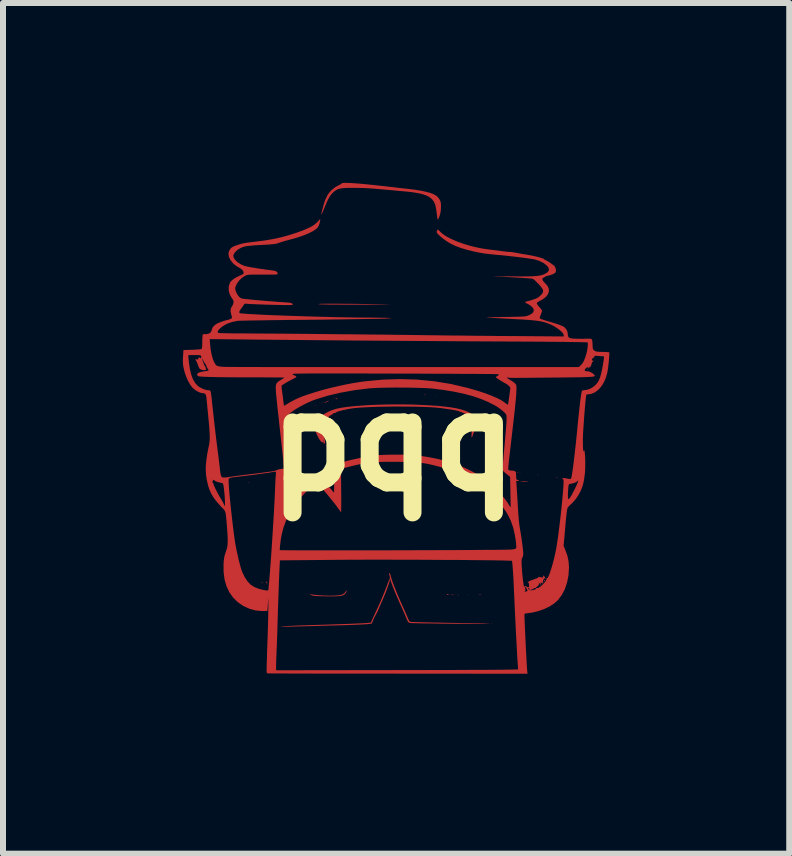
<source format=kicad_pcb>
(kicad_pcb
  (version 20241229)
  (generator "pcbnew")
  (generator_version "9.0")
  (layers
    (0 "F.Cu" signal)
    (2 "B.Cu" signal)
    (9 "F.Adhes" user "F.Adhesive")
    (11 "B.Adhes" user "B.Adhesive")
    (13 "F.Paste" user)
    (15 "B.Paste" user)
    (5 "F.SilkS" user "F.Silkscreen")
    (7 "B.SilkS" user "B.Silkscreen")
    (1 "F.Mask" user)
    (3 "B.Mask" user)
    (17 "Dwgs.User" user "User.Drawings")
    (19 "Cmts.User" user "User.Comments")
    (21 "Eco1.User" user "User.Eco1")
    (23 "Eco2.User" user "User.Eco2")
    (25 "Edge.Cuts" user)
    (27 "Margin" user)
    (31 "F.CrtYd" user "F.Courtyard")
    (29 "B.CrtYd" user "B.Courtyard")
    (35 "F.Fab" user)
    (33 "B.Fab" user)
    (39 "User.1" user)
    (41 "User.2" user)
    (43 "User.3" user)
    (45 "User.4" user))
  (footprint "pqq"
    (layer "F.Cu")
    (at 3.508 4.317)
    (property "Reference" "pqq" (at 0 0 0) (layer "F.SilkS") (effects (font (size 1.5 1.5) (thickness 0.3))))
    (attr board_only exclude_from_pos_files exclude_from_bom)
    (fp_poly (pts (xy -2.726 0.708) (xy -2.731 0.713) (xy -2.735 0.708) (xy -2.731 0.703)) (stroke (width 0) (type solid)) (fill yes) (layer "F.Cu"))
    (fp_poly (pts (xy -1.397 2.535) (xy -1.402 2.54) (xy -1.407 2.535) (xy -1.402 2.53)) (stroke (width 0) (type solid)) (fill yes) (layer "F.Cu"))
    (fp_poly (pts (xy -1.299 -0.601) (xy -1.304 -0.596) (xy -1.309 -0.601) (xy -1.304 -0.606)) (stroke (width 0) (type solid)) (fill yes) (layer "F.Cu"))
    (fp_poly (pts (xy -1.163 0.034) (xy -1.167 0.039) (xy -1.172 0.034) (xy -1.167 0.029)) (stroke (width 0) (type solid)) (fill yes) (layer "F.Cu"))
    (fp_poly (pts (xy -1.084 -0.298) (xy -1.089 -0.293) (xy -1.094 -0.298) (xy -1.089 -0.303)) (stroke (width 0) (type solid)) (fill yes) (layer "F.Cu"))
    (fp_poly (pts (xy -1.065 -0.288) (xy -1.07 -0.283) (xy -1.075 -0.288) (xy -1.07 -0.293)) (stroke (width 0) (type solid)) (fill yes) (layer "F.Cu"))
    (fp_poly (pts (xy -1.065 0.151) (xy -1.07 0.156) (xy -1.075 0.151) (xy -1.07 0.147)) (stroke (width 0) (type solid)) (fill yes) (layer "F.Cu"))
    (fp_poly (pts (xy -0.948 -0.708) (xy -0.953 -0.703) (xy -0.957 -0.708) (xy -0.953 -0.713)) (stroke (width 0) (type solid)) (fill yes) (layer "F.Cu"))
    (fp_poly (pts (xy 0.703 -0.777) (xy 0.699 -0.772) (xy 0.694 -0.777) (xy 0.699 -0.782)) (stroke (width 0) (type solid)) (fill yes) (layer "F.Cu"))
    (fp_poly (pts (xy 1.25 -0.366) (xy 1.246 -0.361) (xy 1.241 -0.366) (xy 1.246 -0.371)) (stroke (width 0) (type solid)) (fill yes) (layer "F.Cu"))
    (fp_poly (pts (xy 1.25 -0.337) (xy 1.246 -0.332) (xy 1.241 -0.337) (xy 1.246 -0.342)) (stroke (width 0) (type solid)) (fill yes) (layer "F.Cu"))
    (fp_poly (pts (xy 1.26 2.555) (xy 1.255 2.56) (xy 1.25 2.555) (xy 1.255 2.55)) (stroke (width 0) (type solid)) (fill yes) (layer "F.Cu"))
    (fp_poly (pts (xy 1.651 3.033) (xy 1.646 3.038) (xy 1.641 3.033) (xy 1.646 3.028)) (stroke (width 0) (type solid)) (fill yes) (layer "F.Cu"))
    (fp_poly (pts (xy 1.905 0.962) (xy 1.9 0.967) (xy 1.895 0.962) (xy 1.9 0.957)) (stroke (width 0) (type solid)) (fill yes) (layer "F.Cu"))
    (fp_poly (pts (xy 2.12 0.523) (xy 2.115 0.528) (xy 2.11 0.523) (xy 2.115 0.518)) (stroke (width 0) (type solid)) (fill yes) (layer "F.Cu"))
    (fp_poly (pts (xy 2.452 2.398) (xy 2.447 2.403) (xy 2.442 2.398) (xy 2.447 2.393)) (stroke (width 0) (type solid)) (fill yes) (layer "F.Cu"))
    (fp_poly (pts (xy -3.11 -1.208) (xy -3.109 -1.197) (xy -3.11 -1.195) (xy -3.116 -1.196) (xy -3.116 -1.202) (xy -3.113 -1.21)) (stroke (width 0) (type solid)) (fill yes) (layer "F.Cu"))
    (fp_poly (pts (xy -2.396 0.678) (xy -2.399 0.682) (xy -2.409 0.683) (xy -2.419 0.681) (xy -2.415 0.677) (xy -2.4 0.676)) (stroke (width 0) (type solid)) (fill yes) (layer "F.Cu"))
    (fp_poly (pts (xy -2.094 2.348) (xy -2.093 2.359) (xy -2.094 2.361) (xy -2.1 2.36) (xy -2.1 2.354) (xy -2.097 2.346)) (stroke (width 0) (type solid)) (fill yes) (layer "F.Cu"))
    (fp_poly (pts (xy -1.176 -0.651) (xy -1.177 -0.645) (xy -1.182 -0.645) (xy -1.19 -0.648) (xy -1.189 -0.651) (xy -1.177 -0.652)) (stroke (width 0) (type solid)) (fill yes) (layer "F.Cu"))
    (fp_poly (pts (xy -0.98 -0.72) (xy -0.982 -0.714) (xy -0.987 -0.713) (xy -0.995 -0.717) (xy -0.993 -0.72) (xy -0.982 -0.721)) (stroke (width 0) (type solid)) (fill yes) (layer "F.Cu"))
    (fp_poly (pts (xy 0.54 -0.788) (xy 0.541 -0.784) (xy 0.528 -0.783) (xy 0.514 -0.785) (xy 0.515 -0.788) (xy 0.535 -0.789)) (stroke (width 0) (type solid)) (fill yes) (layer "F.Cu"))
    (fp_poly (pts (xy 1.091 2.553) (xy 1.09 2.559) (xy 1.084 2.56) (xy 1.076 2.556) (xy 1.078 2.553) (xy 1.089 2.552)) (stroke (width 0) (type solid)) (fill yes) (layer "F.Cu"))
    (fp_poly (pts (xy 2.088 0.512) (xy 2.085 0.516) (xy 2.075 0.517) (xy 2.065 0.515) (xy 2.069 0.511) (xy 2.085 0.51)) (stroke (width 0) (type solid)) (fill yes) (layer "F.Cu"))
    (fp_poly (pts (xy 2.42 0.55) (xy 2.418 0.556) (xy 2.413 0.557) (xy 2.405 0.553) (xy 2.406 0.55) (xy 2.418 0.549)) (stroke (width 0) (type solid)) (fill yes) (layer "F.Cu"))
    (fp_poly (pts (xy 2.507 2.338) (xy 2.509 2.35) (xy 2.507 2.351) (xy 2.502 2.35) (xy 2.501 2.345) (xy 2.504 2.337)) (stroke (width 0) (type solid)) (fill yes) (layer "F.Cu"))
    (fp_poly (pts (xy 2.738 0.599) (xy 2.739 0.603) (xy 2.726 0.604) (xy 2.712 0.603) (xy 2.713 0.599) (xy 2.733 0.598)) (stroke (width 0) (type solid)) (fill yes) (layer "F.Cu"))
    (fp_poly (pts (xy 3.24 -1.208) (xy 3.241 -1.197) (xy 3.24 -1.195) (xy 3.234 -1.196) (xy 3.234 -1.202) (xy 3.237 -1.21)) (stroke (width 0) (type solid)) (fill yes) (layer "F.Cu"))
    (fp_poly (pts (xy -2.188 2.341) (xy -2.187 2.342) (xy -2.179 2.355) (xy -2.18 2.36) (xy -2.188 2.357) (xy -2.193 2.347) (xy -2.196 2.336)) (stroke (width 0) (type solid)) (fill yes) (layer "F.Cu"))
    (fp_poly (pts (xy -2.112 2.333) (xy -2.11 2.344) (xy -2.112 2.362) (xy -2.118 2.361) (xy -2.123 2.35) (xy -2.123 2.334) (xy -2.119 2.33)) (stroke (width 0) (type solid)) (fill yes) (layer "F.Cu"))
    (fp_poly (pts (xy -1.114 0.056) (xy -1.11 0.063) (xy -1.108 0.077) (xy -1.114 0.074) (xy -1.119 0.068) (xy -1.122 0.055) (xy -1.121 0.053)) (stroke (width 0) (type solid)) (fill yes) (layer "F.Cu"))
    (fp_poly (pts (xy 0.926 2.542) (xy 0.924 2.548) (xy 0.914 2.553) (xy 0.898 2.553) (xy 0.894 2.549) (xy 0.897 2.542) (xy 0.908 2.54)) (stroke (width 0) (type solid)) (fill yes) (layer "F.Cu"))
    (fp_poly (pts (xy -1.078 -0.257) (xy -1.079 -0.254) (xy -1.089 -0.245) (xy -1.09 -0.244) (xy -1.091 -0.251) (xy -1.089 -0.254) (xy -1.08 -0.263) (xy -1.078 -0.264)) (stroke (width 0) (type solid)) (fill yes) (layer "F.Cu"))
    (fp_poly (pts (xy -0.938 -0.728) (xy -0.933 -0.723) (xy -0.929 -0.715) (xy -0.935 -0.716) (xy -0.953 -0.723) (xy -0.965 -0.729) (xy -0.959 -0.732) (xy -0.956 -0.732)) (stroke (width 0) (type solid)) (fill yes) (layer "F.Cu"))
    (fp_poly (pts (xy 1.014 2.553) (xy 1.02 2.555) (xy 1.009 2.556) (xy 0.987 2.557) (xy 0.963 2.556) (xy 0.954 2.554) (xy 0.96 2.553) (xy 0.991 2.551)) (stroke (width 0) (type solid)) (fill yes) (layer "F.Cu"))
    (fp_poly (pts (xy 1.468 2.553) (xy 1.472 2.555) (xy 1.46 2.557) (xy 1.446 2.557) (xy 1.425 2.556) (xy 1.419 2.554) (xy 1.424 2.553) (xy 1.452 2.551)) (stroke (width 0) (type solid)) (fill yes) (layer "F.Cu"))
    (fp_poly (pts (xy 2.53 2.313) (xy 2.53 2.315) (xy 2.523 2.325) (xy 2.52 2.325) (xy 2.511 2.318) (xy 2.511 2.315) (xy 2.518 2.306) (xy 2.52 2.306)) (stroke (width 0) (type solid)) (fill yes) (layer "F.Cu"))
    (fp_poly (pts (xy -1.074 -0.68) (xy -1.088 -0.671) (xy -1.103 -0.664) (xy -1.133 -0.651) (xy -1.149 -0.646) (xy -1.149 -0.649) (xy -1.133 -0.659) (xy -1.123 -0.664) (xy -1.098 -0.676) (xy -1.078 -0.683) (xy -1.075 -0.683)) (stroke (width 0) (type solid)) (fill yes) (layer "F.Cu"))
    (fp_poly (pts (xy 2.17 0.658) (xy 2.208 0.662) (xy 2.223 0.664) (xy 2.25 0.668) (xy 2.259 0.671) (xy 2.25 0.671) (xy 2.232 0.671) (xy 2.196 0.67) (xy 2.157 0.665) (xy 2.149 0.664) (xy 2.124 0.66) (xy 2.118 0.658) (xy 2.129 0.657) (xy 2.139 0.657)) (stroke (width 0) (type solid)) (fill yes) (layer "F.Cu"))
    (fp_poly (pts (xy -0.944 -2.302) (xy -0.829 -2.301) (xy -0.696 -2.3) (xy -0.652 -2.3) (xy -0.546 -2.298) (xy -0.445 -2.297) (xy -0.353 -2.296) (xy -0.269 -2.295) (xy -0.197 -2.293) (xy -0.137 -2.292) (xy -0.091 -2.291) (xy -0.062 -2.29) (xy -0.05 -2.29) (xy -0.05 -2.29) (xy -0.058 -2.289) (xy -0.085 -2.288) (xy -0.128 -2.288) (xy -0.185 -2.287) (xy -0.256 -2.287) (xy -0.338 -2.287) (xy -0.429 -2.286) (xy -0.528 -2.286) (xy -0.634 -2.286) (xy -0.648 -2.286) (xy -0.789 -2.286) (xy -0.91 -2.287) (xy -1.013 -2.287) (xy -1.097 -2.288) (xy -1.162 -2.29) (xy -1.209 -2.291) (xy -1.238 -2.293) (xy -1.25 -2.296) (xy -1.25 -2.296) (xy -1.242 -2.298) (xy -1.217 -2.3) (xy -1.175 -2.301) (xy -1.116 -2.302) (xy -1.039 -2.302)) (stroke (width 0) (type solid)) (fill yes) (layer "F.Cu"))
    (fp_poly (pts (xy -0.775 2.488) (xy -0.787 2.511) (xy -0.79 2.516) (xy -0.803 2.536) (xy -0.819 2.55) (xy -0.838 2.561) (xy -0.865 2.569) (xy -0.902 2.574) (xy -0.95 2.577) (xy -1.013 2.578) (xy -1.086 2.578) (xy -1.15 2.577) (xy -1.211 2.576) (xy -1.263 2.574) (xy -1.304 2.571) (xy -1.33 2.569) (xy -1.333 2.568) (xy -1.36 2.56) (xy -1.38 2.55) (xy -1.382 2.548) (xy -1.385 2.541) (xy -1.371 2.543) (xy -1.368 2.544) (xy -1.336 2.55) (xy -1.289 2.555) (xy -1.232 2.56) (xy -1.169 2.564) (xy -1.104 2.566) (xy -1.044 2.567) (xy -0.991 2.566) (xy -0.984 2.566) (xy -0.925 2.562) (xy -0.881 2.556) (xy -0.849 2.547) (xy -0.824 2.532) (xy -0.804 2.512) (xy -0.794 2.498) (xy -0.779 2.48) (xy -0.772 2.477)) (stroke (width 0) (type solid)) (fill yes) (layer "F.Cu"))
    (fp_poly (pts (xy -0.715 -4.315) (xy -0.638 -4.31) (xy -0.546 -4.303) (xy -0.441 -4.293) (xy -0.323 -4.281) (xy -0.194 -4.267) (xy -0.054 -4.251) (xy 0.083 -4.235) (xy 0.136 -4.229) (xy 0.188 -4.223) (xy 0.233 -4.218) (xy 0.259 -4.215) (xy 0.353 -4.204) (xy 0.443 -4.19) (xy 0.527 -4.173) (xy 0.599 -4.155) (xy 0.657 -4.135) (xy 0.684 -4.123) (xy 0.726 -4.097) (xy 0.757 -4.064) (xy 0.767 -4.049) (xy 0.781 -4.024) (xy 0.79 -4.001) (xy 0.795 -3.976) (xy 0.796 -3.94) (xy 0.796 -3.918) (xy 0.793 -3.856) (xy 0.784 -3.803) (xy 0.773 -3.768) (xy 0.761 -3.736) (xy 0.751 -3.713) (xy 0.744 -3.703) (xy 0.744 -3.703) (xy 0.74 -3.712) (xy 0.735 -3.736) (xy 0.73 -3.772) (xy 0.726 -3.808) (xy 0.719 -3.856) (xy 0.711 -3.903) (xy 0.703 -3.941) (xy 0.699 -3.957) (xy 0.677 -4.005) (xy 0.646 -4.046) (xy 0.604 -4.08) (xy 0.55 -4.108) (xy 0.482 -4.131) (xy 0.399 -4.149) (xy 0.299 -4.164) (xy 0.234 -4.171) (xy 0.102 -4.183) (xy -0.014 -4.194) (xy -0.113 -4.203) (xy -0.199 -4.21) (xy -0.273 -4.217) (xy -0.336 -4.222) (xy -0.392 -4.226) (xy -0.441 -4.229) (xy -0.485 -4.231) (xy -0.527 -4.232) (xy -0.568 -4.233) (xy -0.609 -4.234) (xy -0.654 -4.234) (xy -0.664 -4.234) (xy -0.744 -4.234) (xy -0.808 -4.232) (xy -0.858 -4.227) (xy -0.898 -4.22) (xy -0.93 -4.209) (xy -0.959 -4.193) (xy -0.986 -4.173) (xy -0.994 -4.166) (xy -1.023 -4.138) (xy -1.05 -4.104) (xy -1.076 -4.062) (xy -1.103 -4.007) (xy -1.133 -3.938) (xy -1.144 -3.91) (xy -1.163 -3.864) (xy -1.179 -3.827) (xy -1.191 -3.801) (xy -1.198 -3.789) (xy -1.199 -3.788) (xy -1.198 -3.802) (xy -1.193 -3.83) (xy -1.183 -3.868) (xy -1.172 -3.911) (xy -1.159 -3.956) (xy -1.146 -3.999) (xy -1.135 -4.033) (xy -1.132 -4.039) (xy -1.092 -4.121) (xy -1.036 -4.19) (xy -0.967 -4.246) (xy -0.906 -4.279) (xy -0.88 -4.292) (xy -0.863 -4.304) (xy -0.86 -4.309) (xy -0.85 -4.314) (xy -0.822 -4.317) (xy -0.777 -4.317)) (stroke (width 0) (type solid)) (fill yes) (layer "F.Cu"))
    (fp_poly (pts (xy -0.054 2.197) (xy -0.046 2.22) (xy -0.04 2.244) (xy -0.029 2.284) (xy -0.011 2.338) (xy 0.014 2.405) (xy 0.045 2.482) (xy 0.08 2.567) (xy 0.119 2.658) (xy 0.156 2.74) (xy 0.181 2.796) (xy 0.205 2.85) (xy 0.225 2.897) (xy 0.241 2.933) (xy 0.249 2.952) (xy 0.262 2.98) (xy 0.276 2.999) (xy 0.282 3.003) (xy 0.297 3.005) (xy 0.331 3.006) (xy 0.384 3.008) (xy 0.457 3.01) (xy 0.549 3.012) (xy 0.66 3.015) (xy 0.791 3.017) (xy 0.941 3.02) (xy 1.111 3.023) (xy 1.226 3.025) (xy 1.31 3.026) (xy 1.389 3.028) (xy 1.458 3.029) (xy 1.518 3.031) (xy 1.564 3.033) (xy 1.596 3.034) (xy 1.611 3.036) (xy 1.612 3.036) (xy 1.603 3.037) (xy 1.577 3.037) (xy 1.536 3.038) (xy 1.48 3.038) (xy 1.413 3.038) (xy 1.335 3.037) (xy 1.25 3.037) (xy 1.159 3.036) (xy 1.063 3.036) (xy 0.965 3.035) (xy 0.867 3.034) (xy 0.77 3.033) (xy 0.677 3.031) (xy 0.589 3.03) (xy 0.509 3.029) (xy 0.437 3.028) (xy 0.377 3.026) (xy 0.33 3.025) (xy 0.298 3.024) (xy 0.283 3.023) (xy 0.265 3.018) (xy 0.252 3.009) (xy 0.24 2.991) (xy 0.226 2.96) (xy 0.223 2.952) (xy 0.21 2.922) (xy 0.192 2.878) (xy 0.168 2.825) (xy 0.143 2.767) (xy 0.118 2.712) (xy 0.081 2.629) (xy 0.047 2.55) (xy 0.016 2.476) (xy -0.009 2.412) (xy -0.029 2.359) (xy -0.042 2.321) (xy -0.045 2.31) (xy -0.052 2.281) (xy -0.059 2.32) (xy -0.068 2.355) (xy -0.084 2.403) (xy -0.106 2.462) (xy -0.132 2.529) (xy -0.161 2.6) (xy -0.192 2.671) (xy -0.203 2.696) (xy -0.221 2.737) (xy -0.238 2.776) (xy -0.251 2.806) (xy -0.252 2.809) (xy -0.268 2.844) (xy -0.287 2.879) (xy -0.289 2.883) (xy -0.305 2.912) (xy -0.324 2.95) (xy -0.335 2.976) (xy -0.36 3.033) (xy -0.416 3.04) (xy -0.441 3.042) (xy -0.474 3.044) (xy -0.516 3.047) (xy -0.568 3.049) (xy -0.631 3.052) (xy -0.707 3.055) (xy -0.797 3.058) (xy -0.901 3.061) (xy -1.021 3.064) (xy -1.159 3.068) (xy -1.315 3.073) (xy -1.319 3.073) (xy -1.445 3.076) (xy -1.552 3.079) (xy -1.642 3.081) (xy -1.716 3.083) (xy -1.774 3.084) (xy -1.818 3.085) (xy -1.848 3.085) (xy -1.867 3.085) (xy -1.874 3.084) (xy -1.871 3.082) (xy -1.859 3.081) (xy -1.839 3.078) (xy -1.827 3.077) (xy -1.8 3.075) (xy -1.756 3.073) (xy -1.699 3.07) (xy -1.63 3.067) (xy -1.553 3.064) (xy -1.47 3.061) (xy -1.392 3.058) (xy -1.219 3.053) (xy -1.061 3.048) (xy -0.92 3.043) (xy -0.796 3.039) (xy -0.688 3.035) (xy -0.599 3.031) (xy -0.528 3.028) (xy -0.475 3.025) (xy -0.444 3.023) (xy -0.375 3.017) (xy -0.32 2.898) (xy -0.295 2.845) (xy -0.27 2.79) (xy -0.246 2.739) (xy -0.229 2.701) (xy -0.208 2.655) (xy -0.184 2.596) (xy -0.156 2.529) (xy -0.129 2.461) (xy -0.104 2.397) (xy -0.084 2.342) (xy -0.083 2.34) (xy -0.072 2.311) (xy -0.062 2.289) (xy -0.058 2.283) (xy -0.055 2.268) (xy -0.059 2.245) (xy -0.06 2.244) (xy -0.067 2.21) (xy -0.066 2.192) (xy -0.06 2.188)) (stroke (width 0) (type solid)) (fill yes) (layer "F.Cu"))
    (fp_poly (pts (xy 0.173 -0.623) (xy 0.322 -0.62) (xy 0.43 -0.616) (xy 0.589 -0.608) (xy 0.73 -0.599) (xy 0.854 -0.587) (xy 0.962 -0.573) (xy 1.056 -0.557) (xy 1.135 -0.538) (xy 1.202 -0.517) (xy 1.246 -0.499) (xy 1.307 -0.466) (xy 1.351 -0.435) (xy 1.378 -0.404) (xy 1.39 -0.371) (xy 1.388 -0.333) (xy 1.382 -0.311) (xy 1.373 -0.281) (xy 1.368 -0.255) (xy 1.368 -0.25) (xy 1.364 -0.23) (xy 1.356 -0.199) (xy 1.345 -0.161) (xy 1.332 -0.123) (xy 1.32 -0.091) (xy 1.311 -0.073) (xy 1.307 -0.072) (xy 1.305 -0.09) (xy 1.307 -0.127) (xy 1.307 -0.13) (xy 1.308 -0.172) (xy 1.306 -0.202) (xy 1.299 -0.229) (xy 1.29 -0.249) (xy 1.27 -0.28) (xy 1.263 -0.288) (xy 1.312 -0.288) (xy 1.314 -0.284) (xy 1.323 -0.274) (xy 1.325 -0.281) (xy 1.322 -0.289) (xy 1.315 -0.299) (xy 1.312 -0.299) (xy 1.312 -0.288) (xy 1.263 -0.288) (xy 1.247 -0.303) (xy 1.24 -0.308) (xy 1.219 -0.322) (xy 1.205 -0.334) (xy 1.208 -0.337) (xy 1.223 -0.33) (xy 1.233 -0.324) (xy 1.256 -0.313) (xy 1.272 -0.309) (xy 1.275 -0.31) (xy 1.278 -0.31) (xy 1.276 -0.305) (xy 1.276 -0.295) (xy 1.285 -0.293) (xy 1.295 -0.297) (xy 1.295 -0.302) (xy 1.297 -0.308) (xy 1.314 -0.307) (xy 1.339 -0.298) (xy 1.34 -0.298) (xy 1.351 -0.297) (xy 1.354 -0.308) (xy 1.354 -0.324) (xy 1.351 -0.353) (xy 1.348 -0.366) (xy 1.344 -0.369) (xy 1.338 -0.366) (xy 1.329 -0.368) (xy 1.329 -0.371) (xy 1.321 -0.388) (xy 1.301 -0.409) (xy 1.276 -0.427) (xy 1.241 -0.446) (xy 1.203 -0.465) (xy 1.166 -0.482) (xy 1.136 -0.495) (xy 1.119 -0.5) (xy 1.1 -0.505) (xy 1.094 -0.509) (xy 1.082 -0.514) (xy 1.055 -0.52) (xy 1.015 -0.528) (xy 0.966 -0.537) (xy 0.911 -0.545) (xy 0.854 -0.553) (xy 0.799 -0.561) (xy 0.749 -0.566) (xy 0.746 -0.567) (xy 0.67 -0.573) (xy 0.578 -0.578) (xy 0.474 -0.582) (xy 0.359 -0.585) (xy 0.238 -0.586) (xy 0.112 -0.587) (xy -0.015 -0.587) (xy -0.14 -0.585) (xy -0.261 -0.583) (xy -0.374 -0.579) (xy -0.477 -0.574) (xy -0.566 -0.569) (xy -0.638 -0.562) (xy -0.644 -0.562) (xy -0.701 -0.554) (xy -0.76 -0.544) (xy -0.817 -0.532) (xy -0.868 -0.52) (xy -0.911 -0.508) (xy -0.941 -0.497) (xy -0.955 -0.488) (xy -0.956 -0.487) (xy -0.967 -0.48) (xy -0.982 -0.479) (xy -1.002 -0.473) (xy -1.01 -0.464) (xy -1.022 -0.451) (xy -1.029 -0.449) (xy -1.044 -0.443) (xy -1.063 -0.429) (xy -1.083 -0.411) (xy -1.095 -0.396) (xy -1.097 -0.389) (xy -1.103 -0.381) (xy -1.114 -0.376) (xy -1.131 -0.364) (xy -1.148 -0.341) (xy -1.161 -0.316) (xy -1.164 -0.305) (xy -1.168 -0.29) (xy -1.17 -0.285) (xy -1.17 -0.269) (xy -1.16 -0.266) (xy -1.151 -0.272) (xy -1.131 -0.282) (xy -1.121 -0.283) (xy -1.11 -0.282) (xy -1.111 -0.273) (xy -1.118 -0.261) (xy -1.133 -0.226) (xy -1.143 -0.178) (xy -1.148 -0.123) (xy -1.147 -0.068) (xy -1.143 -0.037) (xy -1.138 0.000344) (xy -1.136 0.026) (xy -1.137 0.038) (xy -1.142 0.034) (xy -1.146 0.025) (xy -1.16 0.013) (xy -1.176 0.01) (xy -1.191 0.006) (xy -1.206 -0.006) (xy -1.213 -0.015) (xy -1.162 -0.015) (xy -1.16 -0.003) (xy -1.157 -0.003) (xy -1.154 -0.016) (xy -1.156 -0.021) (xy -1.16 -0.025) (xy -1.162 -0.015) (xy -1.213 -0.015) (xy -1.224 -0.03) (xy -1.244 -0.061) (xy -1.281 -0.134) (xy -1.289 -0.161) (xy -1.163 -0.161) (xy -1.158 -0.156) (xy -1.153 -0.161) (xy -1.158 -0.166) (xy -1.163 -0.161) (xy -1.289 -0.161) (xy -1.296 -0.191) (xy -1.163 -0.191) (xy -1.158 -0.186) (xy -1.153 -0.191) (xy -1.158 -0.195) (xy -1.163 -0.191) (xy -1.296 -0.191) (xy -1.3 -0.205) (xy -1.3 -0.215) (xy -1.169 -0.215) (xy -1.168 -0.211) (xy -1.166 -0.216) (xy -1.158 -0.221) (xy -1.151 -0.214) (xy -1.144 -0.206) (xy -1.145 -0.213) (xy -1.154 -0.225) (xy -1.165 -0.223) (xy -1.169 -0.215) (xy -1.3 -0.215) (xy -1.301 -0.273) (xy -1.283 -0.336) (xy -1.277 -0.348) (xy -1.248 -0.387) (xy -1.204 -0.427) (xy -1.148 -0.465) (xy -1.084 -0.5) (xy -1.016 -0.529) (xy -0.948 -0.55) (xy -0.87 -0.566) (xy -0.776 -0.58) (xy -0.667 -0.592) (xy -0.545 -0.602) (xy -0.413 -0.611) (xy -0.272 -0.617) (xy -0.127 -0.621) (xy 0.023 -0.623)) (stroke (width 0) (type solid)) (fill yes) (layer "F.Cu"))
    (fp_poly (pts (xy -1.217 -3.712) (xy -1.219 -3.693) (xy -1.222 -3.676) (xy -1.231 -3.634) (xy -1.244 -3.599) (xy -1.265 -3.568) (xy -1.296 -3.54) (xy -1.337 -3.513) (xy -1.393 -3.485) (xy -1.464 -3.454) (xy -1.492 -3.443) (xy -1.535 -3.427) (xy -1.59 -3.409) (xy -1.65 -3.391) (xy -1.708 -3.375) (xy -1.709 -3.375) (xy -1.764 -3.36) (xy -1.819 -3.345) (xy -1.867 -3.33) (xy -1.902 -3.318) (xy -1.905 -3.317) (xy -1.928 -3.309) (xy -1.953 -3.303) (xy -1.981 -3.298) (xy -2.016 -3.294) (xy -2.062 -3.29) (xy -2.122 -3.286) (xy -2.187 -3.283) (xy -2.255 -3.279) (xy -2.32 -3.275) (xy -2.38 -3.269) (xy -2.429 -3.264) (xy -2.463 -3.259) (xy -2.471 -3.258) (xy -2.526 -3.24) (xy -2.576 -3.214) (xy -2.618 -3.182) (xy -2.649 -3.147) (xy -2.665 -3.112) (xy -2.667 -3.098) (xy -2.658 -3.064) (xy -2.633 -3.028) (xy -2.595 -2.993) (xy -2.547 -2.962) (xy -2.492 -2.937) (xy -2.473 -2.931) (xy -2.44 -2.923) (xy -2.393 -2.913) (xy -2.333 -2.903) (xy -2.266 -2.892) (xy -2.194 -2.881) (xy -2.122 -2.871) (xy -2.054 -2.862) (xy -2.015 -2.857) (xy -1.976 -2.851) (xy -1.953 -2.843) (xy -1.939 -2.83) (xy -1.93 -2.817) (xy -1.926 -2.806) (xy -1.927 -2.799) (xy -1.937 -2.793) (xy -1.957 -2.789) (xy -1.989 -2.787) (xy -2.034 -2.787) (xy -2.095 -2.787) (xy -2.174 -2.787) (xy -2.176 -2.787) (xy -2.253 -2.788) (xy -2.313 -2.788) (xy -2.358 -2.787) (xy -2.392 -2.786) (xy -2.418 -2.784) (xy -2.436 -2.781) (xy -2.451 -2.776) (xy -2.465 -2.77) (xy -2.473 -2.767) (xy -2.52 -2.736) (xy -2.565 -2.693) (xy -2.602 -2.645) (xy -2.623 -2.605) (xy -2.633 -2.576) (xy -2.636 -2.555) (xy -2.632 -2.531) (xy -2.625 -2.508) (xy -2.606 -2.466) (xy -2.581 -2.429) (xy -2.553 -2.402) (xy -2.527 -2.389) (xy -2.504 -2.385) (xy -2.464 -2.38) (xy -2.41 -2.375) (xy -2.344 -2.368) (xy -2.27 -2.361) (xy -2.19 -2.354) (xy -2.107 -2.347) (xy -2.024 -2.341) (xy -1.942 -2.334) (xy -1.866 -2.329) (xy -1.797 -2.324) (xy -1.761 -2.322) (xy -1.716 -2.317) (xy -1.688 -2.307) (xy -1.683 -2.303) (xy -1.674 -2.291) (xy -1.679 -2.285) (xy -1.693 -2.281) (xy -1.708 -2.28) (xy -1.74 -2.279) (xy -1.786 -2.28) (xy -1.843 -2.28) (xy -1.909 -2.282) (xy -1.981 -2.283) (xy -2.056 -2.285) (xy -2.132 -2.287) (xy -2.205 -2.29) (xy -2.274 -2.292) (xy -2.334 -2.295) (xy -2.385 -2.297) (xy -2.422 -2.299) (xy -2.444 -2.302) (xy -2.469 -2.303) (xy -2.484 -2.297) (xy -2.492 -2.284) (xy -2.505 -2.263) (xy -2.525 -2.236) (xy -2.536 -2.221) (xy -2.56 -2.186) (xy -2.569 -2.161) (xy -2.562 -2.146) (xy -2.562 -2.146) (xy -2.547 -2.142) (xy -2.514 -2.139) (xy -2.465 -2.135) (xy -2.4 -2.13) (xy -2.322 -2.126) (xy -2.232 -2.121) (xy -2.131 -2.116) (xy -2.02 -2.111) (xy -1.902 -2.107) (xy -1.778 -2.102) (xy -1.649 -2.098) (xy -1.517 -2.093) (xy -1.383 -2.089) (xy -1.249 -2.085) (xy -1.115 -2.082) (xy -0.985 -2.078) (xy -0.858 -2.076) (xy -0.737 -2.074) (xy -0.623 -2.072) (xy -0.518 -2.071) (xy -0.445 -2.07) (xy -0.36 -2.07) (xy -0.281 -2.069) (xy -0.208 -2.068) (xy -0.145 -2.067) (xy -0.094 -2.066) (xy -0.058 -2.064) (xy -0.039 -2.063) (xy -0.036 -2.061) (xy -0.05 -2.059) (xy -0.083 -2.057) (xy -0.134 -2.054) (xy -0.203 -2.052) (xy -0.291 -2.05) (xy -0.398 -2.048) (xy -0.523 -2.046) (xy -0.668 -2.044) (xy -0.831 -2.041) (xy -1.013 -2.039) (xy -1.215 -2.036) (xy -1.436 -2.034) (xy -1.631 -2.032) (xy -1.764 -2.031) (xy -1.892 -2.029) (xy -2.014 -2.028) (xy -2.128 -2.026) (xy -2.233 -2.024) (xy -2.327 -2.023) (xy -2.409 -2.022) (xy -2.477 -2.02) (xy -2.531 -2.019) (xy -2.568 -2.018) (xy -2.587 -2.017) (xy -2.589 -2.017) (xy -2.689 -1.997) (xy -2.774 -1.967) (xy -2.846 -1.926) (xy -2.887 -1.892) (xy -2.916 -1.86) (xy -2.929 -1.837) (xy -2.925 -1.821) (xy -2.91 -1.814) (xy -2.895 -1.812) (xy -2.863 -1.811) (xy -2.818 -1.81) (xy -2.761 -1.809) (xy -2.697 -1.808) (xy -2.644 -1.807) (xy -2.537 -1.807) (xy -2.414 -1.806) (xy -2.276 -1.805) (xy -2.127 -1.804) (xy -1.967 -1.803) (xy -1.799 -1.802) (xy -1.624 -1.8) (xy -1.445 -1.799) (xy -1.262 -1.797) (xy -1.079 -1.795) (xy -0.896 -1.793) (xy -0.715 -1.792) (xy -0.54 -1.79) (xy -0.37 -1.788) (xy -0.209 -1.787) (xy -0.058 -1.785) (xy 0.082 -1.783) (xy 0.207 -1.782) (xy 0.317 -1.78) (xy 0.41 -1.779) (xy 0.42 -1.779) (xy 0.527 -1.777) (xy 0.651 -1.776) (xy 0.788 -1.774) (xy 0.936 -1.772) (xy 1.092 -1.771) (xy 1.253 -1.769) (xy 1.416 -1.767) (xy 1.579 -1.766) (xy 1.738 -1.764) (xy 1.89 -1.763) (xy 1.937 -1.763) (xy 2.843 -1.756) (xy 2.843 -1.779) (xy 2.835 -1.802) (xy 2.812 -1.83) (xy 2.777 -1.862) (xy 2.734 -1.894) (xy 2.686 -1.925) (xy 2.656 -1.941) (xy 2.611 -1.962) (xy 2.566 -1.979) (xy 2.52 -1.994) (xy 2.469 -2.006) (xy 2.411 -2.016) (xy 2.343 -2.024) (xy 2.262 -2.031) (xy 2.167 -2.038) (xy 2.091 -2.042) (xy 2.022 -2.045) (xy 1.947 -2.05) (xy 1.87 -2.054) (xy 1.793 -2.058) (xy 1.721 -2.062) (xy 1.656 -2.066) (xy 1.603 -2.069) (xy 1.563 -2.072) (xy 1.548 -2.073) (xy 1.551 -2.074) (xy 1.571 -2.075) (xy 1.607 -2.076) (xy 1.656 -2.077) (xy 1.717 -2.078) (xy 1.788 -2.079) (xy 1.861 -2.081) (xy 1.952 -2.082) (xy 2.026 -2.084) (xy 2.085 -2.085) (xy 2.131 -2.087) (xy 2.166 -2.089) (xy 2.193 -2.091) (xy 2.214 -2.095) (xy 2.232 -2.099) (xy 2.247 -2.104) (xy 2.259 -2.109) (xy 2.307 -2.133) (xy 2.335 -2.16) (xy 2.345 -2.19) (xy 2.335 -2.223) (xy 2.309 -2.254) (xy 2.279 -2.278) (xy 2.246 -2.298) (xy 2.236 -2.302) (xy 2.208 -2.316) (xy 2.2 -2.327) (xy 2.21 -2.336) (xy 2.225 -2.34) (xy 2.247 -2.346) (xy 2.281 -2.355) (xy 2.321 -2.367) (xy 2.33 -2.37) (xy 2.377 -2.386) (xy 2.411 -2.403) (xy 2.44 -2.425) (xy 2.455 -2.439) (xy 2.483 -2.469) (xy 2.497 -2.493) (xy 2.499 -2.517) (xy 2.492 -2.544) (xy 2.48 -2.563) (xy 2.457 -2.592) (xy 2.429 -2.624) (xy 2.397 -2.657) (xy 2.367 -2.687) (xy 2.342 -2.708) (xy 2.327 -2.717) (xy 2.314 -2.72) (xy 2.288 -2.723) (xy 2.247 -2.726) (xy 2.191 -2.73) (xy 2.119 -2.735) (xy 2.03 -2.74) (xy 1.924 -2.746) (xy 1.8 -2.753) (xy 1.685 -2.758) (xy 1.679 -2.759) (xy 1.69 -2.76) (xy 1.717 -2.76) (xy 1.76 -2.76) (xy 1.815 -2.759) (xy 1.881 -2.759) (xy 1.957 -2.758) (xy 1.959 -2.758) (xy 2.075 -2.757) (xy 2.175 -2.757) (xy 2.258 -2.758) (xy 2.327 -2.76) (xy 2.383 -2.764) (xy 2.43 -2.77) (xy 2.467 -2.777) (xy 2.498 -2.786) (xy 2.515 -2.793) (xy 2.562 -2.818) (xy 2.589 -2.845) (xy 2.597 -2.875) (xy 2.587 -2.907) (xy 2.561 -2.939) (xy 2.505 -2.982) (xy 2.435 -3.017) (xy 2.353 -3.042) (xy 2.349 -3.042) (xy 2.314 -3.049) (xy 2.263 -3.056) (xy 2.199 -3.065) (xy 2.127 -3.074) (xy 2.048 -3.084) (xy 1.967 -3.093) (xy 1.888 -3.102) (xy 1.812 -3.11) (xy 1.744 -3.116) (xy 1.739 -3.116) (xy 1.649 -3.125) (xy 1.574 -3.133) (xy 1.507 -3.142) (xy 1.444 -3.153) (xy 1.378 -3.166) (xy 1.333 -3.176) (xy 1.219 -3.204) (xy 1.122 -3.234) (xy 1.036 -3.266) (xy 0.961 -3.302) (xy 0.891 -3.344) (xy 0.824 -3.393) (xy 0.784 -3.427) (xy 0.751 -3.457) (xy 0.732 -3.479) (xy 0.725 -3.497) (xy 0.727 -3.515) (xy 0.733 -3.527) (xy 0.74 -3.537) (xy 0.748 -3.537) (xy 0.762 -3.524) (xy 0.774 -3.511) (xy 0.82 -3.469) (xy 0.883 -3.426) (xy 0.961 -3.385) (xy 1.051 -3.345) (xy 1.15 -3.308) (xy 1.256 -3.275) (xy 1.367 -3.246) (xy 1.48 -3.223) (xy 1.591 -3.207) (xy 1.617 -3.204) (xy 1.674 -3.197) (xy 1.739 -3.189) (xy 1.799 -3.181) (xy 1.812 -3.179) (xy 1.858 -3.173) (xy 1.901 -3.168) (xy 1.934 -3.166) (xy 1.946 -3.165) (xy 1.975 -3.163) (xy 2.014 -3.157) (xy 2.044 -3.152) (xy 2.08 -3.145) (xy 2.128 -3.136) (xy 2.181 -3.127) (xy 2.218 -3.121) (xy 2.285 -3.11) (xy 2.353 -3.096) (xy 2.415 -3.081) (xy 2.465 -3.066) (xy 2.481 -3.06) (xy 2.499 -3.056) (xy 2.503 -3.056) (xy 2.51 -3.05) (xy 2.511 -3.048) (xy 2.518 -3.039) (xy 2.52 -3.038) (xy 2.533 -3.033) (xy 2.556 -3.021) (xy 2.584 -3.005) (xy 2.611 -2.989) (xy 2.631 -2.975) (xy 2.638 -2.969) (xy 2.649 -2.96) (xy 2.664 -2.951) (xy 2.69 -2.929) (xy 2.708 -2.894) (xy 2.714 -2.857) (xy 2.714 -2.85) (xy 2.709 -2.829) (xy 2.696 -2.813) (xy 2.669 -2.798) (xy 2.667 -2.797) (xy 2.632 -2.783) (xy 2.595 -2.772) (xy 2.584 -2.77) (xy 2.559 -2.765) (xy 2.542 -2.758) (xy 2.54 -2.757) (xy 2.528 -2.748) (xy 2.508 -2.738) (xy 2.488 -2.723) (xy 2.487 -2.703) (xy 2.502 -2.676) (xy 2.53 -2.647) (xy 2.571 -2.601) (xy 2.593 -2.553) (xy 2.596 -2.506) (xy 2.58 -2.46) (xy 2.546 -2.417) (xy 2.494 -2.376) (xy 2.44 -2.347) (xy 2.411 -2.33) (xy 2.395 -2.315) (xy 2.393 -2.309) (xy 2.4 -2.294) (xy 2.416 -2.27) (xy 2.437 -2.246) (xy 2.46 -2.22) (xy 2.476 -2.197) (xy 2.481 -2.185) (xy 2.478 -2.168) (xy 2.468 -2.141) (xy 2.462 -2.125) (xy 2.451 -2.096) (xy 2.443 -2.074) (xy 2.442 -2.067) (xy 2.443 -2.061) (xy 2.448 -2.056) (xy 2.458 -2.05) (xy 2.476 -2.043) (xy 2.504 -2.033) (xy 2.545 -2.02) (xy 2.601 -2.004) (xy 2.65 -1.989) (xy 2.705 -1.972) (xy 2.757 -1.955) (xy 2.8 -1.938) (xy 2.832 -1.925) (xy 2.842 -1.919) (xy 2.882 -1.882) (xy 2.905 -1.836) (xy 2.911 -1.794) (xy 2.914 -1.765) (xy 2.923 -1.745) (xy 2.942 -1.731) (xy 2.973 -1.723) (xy 3.019 -1.719) (xy 3.06 -1.718) (xy 3.114 -1.717) (xy 3.169 -1.717) (xy 3.218 -1.718) (xy 3.241 -1.718) (xy 3.275 -1.719) (xy 3.297 -1.717) (xy 3.311 -1.708) (xy 3.318 -1.69) (xy 3.322 -1.659) (xy 3.324 -1.611) (xy 3.324 -1.608) (xy 3.326 -1.571) (xy 3.33 -1.548) (xy 3.339 -1.533) (xy 3.353 -1.521) (xy 3.354 -1.52) (xy 3.369 -1.511) (xy 3.387 -1.505) (xy 3.413 -1.501) (xy 3.45 -1.499) (xy 3.489 -1.498) (xy 3.533 -1.497) (xy 3.569 -1.495) (xy 3.594 -1.493) (xy 3.603 -1.49) (xy 3.604 -1.478) (xy 3.604 -1.451) (xy 3.601 -1.411) (xy 3.597 -1.364) (xy 3.592 -1.312) (xy 3.586 -1.26) (xy 3.58 -1.211) (xy 3.573 -1.17) (xy 3.57 -1.153) (xy 3.545 -1.066) (xy 3.511 -0.987) (xy 3.468 -0.92) (xy 3.417 -0.864) (xy 3.362 -0.823) (xy 3.302 -0.798) (xy 3.249 -0.791) (xy 3.229 -0.789) (xy 3.22 -0.784) (xy 3.217 -0.77) (xy 3.213 -0.74) (xy 3.208 -0.696) (xy 3.203 -0.64) (xy 3.197 -0.575) (xy 3.191 -0.504) (xy 3.185 -0.43) (xy 3.18 -0.354) (xy 3.175 -0.28) (xy 3.17 -0.211) (xy 3.166 -0.148) (xy 3.164 -0.096) (xy 3.162 -0.055) (xy 3.162 -0.039) (xy 3.163 0.036) (xy 3.164 0.092) (xy 3.166 0.132) (xy 3.168 0.155) (xy 3.17 0.164) (xy 3.173 0.16) (xy 3.174 0.156) (xy 3.18 0.14) (xy 3.184 0.142) (xy 3.188 0.151) (xy 3.193 0.175) (xy 3.197 0.214) (xy 3.2 0.265) (xy 3.202 0.323) (xy 3.202 0.385) (xy 3.201 0.447) (xy 3.198 0.504) (xy 3.195 0.536) (xy 3.181 0.642) (xy 3.159 0.734) (xy 3.128 0.816) (xy 3.086 0.893) (xy 3.044 0.955) (xy 3.015 0.989) (xy 2.985 1.022) (xy 2.959 1.046) (xy 2.959 1.046) (xy 2.933 1.069) (xy 2.913 1.094) (xy 2.907 1.103) (xy 2.902 1.12) (xy 2.896 1.155) (xy 2.89 1.201) (xy 2.884 1.257) (xy 2.878 1.314) (xy 2.872 1.383) (xy 2.866 1.455) (xy 2.86 1.524) (xy 2.855 1.584) (xy 2.852 1.618) (xy 2.841 1.737) (xy 2.871 1.809) (xy 2.905 1.904) (xy 2.924 1.995) (xy 2.931 2.089) (xy 2.931 2.095) (xy 2.923 2.224) (xy 2.9 2.344) (xy 2.863 2.455) (xy 2.812 2.554) (xy 2.748 2.639) (xy 2.741 2.646) (xy 2.68 2.7) (xy 2.603 2.749) (xy 2.514 2.791) (xy 2.417 2.825) (xy 2.316 2.849) (xy 2.249 2.858) (xy 2.216 2.862) (xy 2.198 2.866) (xy 2.19 2.875) (xy 2.188 2.889) (xy 2.188 2.895) (xy 2.189 2.926) (xy 2.191 2.973) (xy 2.193 3.034) (xy 2.196 3.106) (xy 2.2 3.186) (xy 2.204 3.272) (xy 2.208 3.36) (xy 2.212 3.448) (xy 2.217 3.533) (xy 2.221 3.612) (xy 2.225 3.683) (xy 2.228 3.741) (xy 2.231 3.786) (xy 2.233 3.808) (xy 2.239 3.869) (xy 0.076 3.867) (xy -0.128 3.867) (xy -0.327 3.867) (xy -0.52 3.867) (xy -0.707 3.867) (xy -0.885 3.867) (xy -1.055 3.866) (xy -1.215 3.866) (xy -1.365 3.866) (xy -1.504 3.865) (xy -1.63 3.865) (xy -1.744 3.865) (xy -1.843 3.864) (xy -1.928 3.864) (xy -1.996 3.864) (xy -2.048 3.863) (xy -2.083 3.863) (xy -2.099 3.862) (xy -2.1 3.862) (xy -2.105 3.859) (xy -2.109 3.85) (xy -2.111 3.833) (xy -2.112 3.811) (xy -1.954 3.811) (xy 0.066 3.808) (xy 0.334 3.808) (xy 0.584 3.807) (xy 0.814 3.806) (xy 1.026 3.806) (xy 1.218 3.805) (xy 1.391 3.804) (xy 1.545 3.804) (xy 1.68 3.803) (xy 1.795 3.802) (xy 1.891 3.801) (xy 1.968 3.8) (xy 2.026 3.798) (xy 2.064 3.797) (xy 2.082 3.796) (xy 2.084 3.795) (xy 2.081 3.772) (xy 2.078 3.731) (xy 2.074 3.673) (xy 2.069 3.6) (xy 2.064 3.512) (xy 2.059 3.412) (xy 2.053 3.3) (xy 2.046 3.178) (xy 2.04 3.047) (xy 2.033 2.91) (xy 2.026 2.766) (xy 2.02 2.617) (xy 2.014 2.5) (xy 2.19 2.5) (xy 2.202 2.5) (xy 2.223 2.495) (xy 2.236 2.49) (xy 2.239 2.481) (xy 2.238 2.48) (xy 2.284 2.48) (xy 2.296 2.48) (xy 2.324 2.474) (xy 2.34 2.47) (xy 2.373 2.46) (xy 2.388 2.451) (xy 2.383 2.444) (xy 2.369 2.44) (xy 2.352 2.438) (xy 2.35 2.441) (xy 2.345 2.447) (xy 2.326 2.457) (xy 2.313 2.463) (xy 2.29 2.474) (xy 2.284 2.48) (xy 2.238 2.48) (xy 2.231 2.462) (xy 2.229 2.456) (xy 2.226 2.452) (xy 2.247 2.452) (xy 2.255 2.46) (xy 2.269 2.462) (xy 2.283 2.46) (xy 2.28 2.454) (xy 2.276 2.452) (xy 2.256 2.443) (xy 2.247 2.449) (xy 2.247 2.452) (xy 2.226 2.452) (xy 2.218 2.437) (xy 2.306 2.437) (xy 2.31 2.442) (xy 2.315 2.437) (xy 2.31 2.433) (xy 2.306 2.437) (xy 2.218 2.437) (xy 2.215 2.431) (xy 2.203 2.423) (xy 2.193 2.433) (xy 2.194 2.442) (xy 2.197 2.442) (xy 2.204 2.45) (xy 2.205 2.467) (xy 2.2 2.485) (xy 2.194 2.493) (xy 2.19 2.5) (xy 2.014 2.5) (xy 2.013 2.465) (xy 2.012 2.452) (xy 2.008 2.36) (xy 2.004 2.274) (xy 1.999 2.195) (xy 1.994 2.126) (xy 1.99 2.068) (xy 1.986 2.025) (xy 1.982 1.996) (xy 1.98 1.986) (xy 1.968 1.985) (xy 1.939 1.983) (xy 1.892 1.982) (xy 1.83 1.98) (xy 1.753 1.979) (xy 1.662 1.977) (xy 1.559 1.976) (xy 1.444 1.975) (xy 1.32 1.974) (xy 1.188 1.972) (xy 1.047 1.971) (xy 0.901 1.971) (xy 0.749 1.97) (xy 0.593 1.969) (xy 0.435 1.968) (xy 0.275 1.968) (xy 0.115 1.968) (xy -0.044 1.967) (xy -0.201 1.967) (xy -0.354 1.967) (xy -0.504 1.967) (xy -0.647 1.968) (xy -0.783 1.968) (xy -0.911 1.969) (xy -1.03 1.97) (xy -1.138 1.971) (xy -1.89 1.978) (xy -1.897 2.115) (xy -1.9 2.178) (xy -1.903 2.257) (xy -1.907 2.349) (xy -1.91 2.45) (xy -1.914 2.557) (xy -1.918 2.667) (xy -1.922 2.776) (xy -1.925 2.881) (xy -1.928 2.978) (xy -1.93 3.048) (xy -1.932 3.129) (xy -1.935 3.222) (xy -1.939 3.318) (xy -1.942 3.408) (xy -1.945 3.468) (xy -1.947 3.535) (xy -1.95 3.6) (xy -1.952 3.658) (xy -1.953 3.706) (xy -1.954 3.74) (xy -1.954 3.744) (xy -1.954 3.811) (xy -2.112 3.811) (xy -2.112 3.805) (xy -2.111 3.765) (xy -2.11 3.709) (xy -2.108 3.656) (xy -2.106 3.591) (xy -2.104 3.512) (xy -2.101 3.423) (xy -2.098 3.329) (xy -2.094 3.236) (xy -2.092 3.151) (xy -2.089 3.068) (xy -2.087 2.985) (xy -2.085 2.906) (xy -2.084 2.833) (xy -2.083 2.772) (xy -2.083 2.727) (xy -2.083 2.721) (xy -2.084 2.594) (xy -2.091 2.706) (xy -2.094 2.751) (xy -2.096 2.787) (xy -2.098 2.812) (xy -2.099 2.821) (xy -2.109 2.822) (xy -2.133 2.823) (xy -2.169 2.823) (xy -2.187 2.823) (xy -2.294 2.814) (xy -2.398 2.785) (xy -2.501 2.738) (xy -2.506 2.735) (xy -2.596 2.672) (xy -2.672 2.597) (xy -2.734 2.509) (xy -2.781 2.409) (xy -2.813 2.297) (xy -2.829 2.174) (xy -2.83 2.041) (xy -2.83 2.04) (xy -2.826 1.984) (xy -2.821 1.939) (xy -2.812 1.9) (xy -2.8 1.859) (xy -2.793 1.84) (xy -2.78 1.801) (xy -2.77 1.764) (xy -2.764 1.725) (xy -2.761 1.68) (xy -2.761 1.627) (xy -2.763 1.563) (xy -2.768 1.485) (xy -2.772 1.436) (xy -2.778 1.357) (xy -2.783 1.294) (xy -2.788 1.246) (xy -2.793 1.209) (xy -2.798 1.182) (xy -2.805 1.161) (xy -2.814 1.144) (xy -2.826 1.128) (xy -2.842 1.111) (xy -2.862 1.091) (xy -2.866 1.087) (xy -2.935 1.01) (xy -2.99 0.94) (xy -3.032 0.871) (xy -3.065 0.8) (xy -3.09 0.722) (xy -3.099 0.679) (xy -3.015 0.679) (xy -3.01 0.684) (xy -3.001 0.692) (xy -2.999 0.701) (xy -2.995 0.717) (xy -2.983 0.746) (xy -2.965 0.784) (xy -2.944 0.826) (xy -2.921 0.87) (xy -2.898 0.911) (xy -2.878 0.945) (xy -2.873 0.952) (xy -2.852 0.987) (xy -2.832 1.026) (xy -2.828 1.035) (xy -2.809 1.079) (xy -2.806 1.031) (xy -2.806 1.003) (xy -2.808 0.961) (xy -2.811 0.91) (xy -2.816 0.855) (xy -2.817 0.842) (xy -2.824 0.776) (xy -2.831 0.729) (xy -2.838 0.701) (xy -2.843 0.694) (xy -2.86 0.687) (xy -2.888 0.681) (xy -2.9 0.679) (xy -2.934 0.67) (xy -2.965 0.656) (xy -2.971 0.652) (xy -2.98 0.646) (xy -2.745 0.646) (xy -2.745 0.668) (xy -2.744 0.706) (xy -2.74 0.76) (xy -2.735 0.828) (xy -2.728 0.907) (xy -2.719 0.995) (xy -2.71 1.089) (xy -2.699 1.186) (xy -2.688 1.284) (xy -2.677 1.379) (xy -2.666 1.47) (xy -2.655 1.553) (xy -2.645 1.626) (xy -2.636 1.687) (xy -2.632 1.71) (xy -2.618 1.785) (xy -2.601 1.864) (xy -2.584 1.942) (xy -2.566 2.015) (xy -2.548 2.081) (xy -2.532 2.134) (xy -2.518 2.173) (xy -2.518 2.173) (xy -2.476 2.259) (xy -2.431 2.328) (xy -2.38 2.381) (xy -2.32 2.421) (xy -2.25 2.45) (xy -2.193 2.465) (xy -2.145 2.475) (xy -2.113 2.48) (xy -2.093 2.479) (xy -2.084 2.473) (xy -2.08 2.462) (xy -2.08 2.459) (xy -2.079 2.435) (xy -2.076 2.404) (xy -2.076 2.398) (xy -2.069 2.33) (xy -2.062 2.244) (xy -2.054 2.145) (xy -2.046 2.033) (xy -2.037 1.913) (xy -2.029 1.797) (xy -1.892 1.797) (xy -1.891 1.807) (xy -1.88 1.808) (xy -1.852 1.808) (xy -1.806 1.809) (xy -1.744 1.81) (xy -1.667 1.81) (xy -1.576 1.811) (xy -1.472 1.811) (xy -1.356 1.811) (xy -1.23 1.811) (xy -1.095 1.811) (xy -0.951 1.811) (xy -0.799 1.811) (xy -0.642 1.811) (xy -0.479 1.811) (xy -0.313 1.811) (xy -0.144 1.811) (xy 0.027 1.81) (xy 0.198 1.81) (xy 0.369 1.809) (xy 0.538 1.809) (xy 0.705 1.808) (xy 0.867 1.807) (xy 1.024 1.807) (xy 1.175 1.806) (xy 1.319 1.805) (xy 1.455 1.804) (xy 1.547 1.803) (xy 1.659 1.803) (xy 1.754 1.802) (xy 1.831 1.801) (xy 1.894 1.8) (xy 1.944 1.798) (xy 1.982 1.796) (xy 2.01 1.792) (xy 2.029 1.788) (xy 2.041 1.782) (xy 2.048 1.775) (xy 2.051 1.766) (xy 2.052 1.755) (xy 2.051 1.742) (xy 2.051 1.74) (xy 2.049 1.7) (xy 2.043 1.647) (xy 2.033 1.587) (xy 2.022 1.525) (xy 2.009 1.469) (xy 1.997 1.423) (xy 1.997 1.422) (xy 1.963 1.326) (xy 1.925 1.243) (xy 1.88 1.165) (xy 1.824 1.087) (xy 1.783 1.036) (xy 1.684 0.926) (xy 1.578 0.826) (xy 1.46 0.735) (xy 1.328 0.648) (xy 1.246 0.6) (xy 1.188 0.571) (xy 1.116 0.539) (xy 1.035 0.506) (xy 0.949 0.474) (xy 0.863 0.445) (xy 0.782 0.42) (xy 0.742 0.409) (xy 0.668 0.39) (xy 0.602 0.375) (xy 0.541 0.363) (xy 0.481 0.354) (xy 0.418 0.347) (xy 0.35 0.342) (xy 0.272 0.339) (xy 0.18 0.336) (xy 0.104 0.335) (xy -0.03 0.334) (xy -0.148 0.335) (xy -0.254 0.338) (xy -0.35 0.345) (xy -0.44 0.355) (xy -0.527 0.369) (xy -0.615 0.387) (xy -0.706 0.409) (xy -0.775 0.427) (xy -0.871 0.454) (xy -0.868 0.818) (xy -0.867 0.899) (xy -0.867 0.974) (xy -0.867 1.04) (xy -0.868 1.096) (xy -0.868 1.138) (xy -0.869 1.165) (xy -0.87 1.174) (xy -0.871 1.174) (xy -0.879 1.164) (xy -0.895 1.141) (xy -0.918 1.111) (xy -0.934 1.089) (xy -0.959 1.055) (xy -0.992 1.013) (xy -1.03 0.966) (xy -1.07 0.916) (xy -1.112 0.865) (xy -1.153 0.816) (xy -1.191 0.77) (xy -1.225 0.731) (xy -1.252 0.701) (xy -1.271 0.681) (xy -1.28 0.674) (xy -1.292 0.681) (xy -1.314 0.7) (xy -1.345 0.728) (xy -1.382 0.763) (xy -1.422 0.803) (xy -1.463 0.845) (xy -1.502 0.887) (xy -1.537 0.926) (xy -1.565 0.959) (xy -1.567 0.962) (xy -1.658 1.084) (xy -1.732 1.202) (xy -1.79 1.32) (xy -1.833 1.439) (xy -1.86 1.546) (xy -1.868 1.589) (xy -1.876 1.637) (xy -1.882 1.686) (xy -1.888 1.732) (xy -1.891 1.77) (xy -1.892 1.797) (xy -2.029 1.797) (xy -2.028 1.786) (xy -2.02 1.655) (xy -2.011 1.522) (xy -2.003 1.391) (xy -1.995 1.264) (xy -1.988 1.144) (xy -1.982 1.032) (xy -1.979 0.974) (xy -1.806 0.974) (xy -1.806 0.981) (xy -1.806 1.116) (xy -1.768 1.054) (xy -1.743 1.013) (xy -1.715 0.971) (xy -1.693 0.941) (xy -1.67 0.912) (xy -1.635 0.873) (xy -1.591 0.827) (xy -1.542 0.778) (xy -1.491 0.727) (xy -1.44 0.679) (xy -1.393 0.636) (xy -1.353 0.6) (xy -1.33 0.581) (xy -1.267 0.534) (xy -1.217 0.587) (xy -1.184 0.623) (xy -1.147 0.664) (xy -1.117 0.698) (xy -1.086 0.735) (xy -1.053 0.773) (xy -1.027 0.804) (xy -0.987 0.851) (xy -0.984 0.624) (xy -0.982 0.397) (xy -0.95 0.378) (xy -0.919 0.364) (xy -0.871 0.348) (xy -0.81 0.33) (xy -0.739 0.312) (xy -0.661 0.293) (xy -0.578 0.276) (xy -0.494 0.259) (xy -0.413 0.245) (xy -0.336 0.233) (xy -0.267 0.225) (xy -0.267 0.225) (xy -0.21 0.221) (xy -0.139 0.218) (xy -0.059 0.216) (xy 0.027 0.215) (xy 0.113 0.215) (xy 0.197 0.216) (xy 0.272 0.219) (xy 0.335 0.222) (xy 0.367 0.225) (xy 0.498 0.242) (xy 0.629 0.264) (xy 0.757 0.29) (xy 0.878 0.32) (xy 0.987 0.353) (xy 1.081 0.387) (xy 1.089 0.39) (xy 1.143 0.413) (xy 1.202 0.44) (xy 1.26 0.468) (xy 1.315 0.495) (xy 1.361 0.52) (xy 1.395 0.539) (xy 1.404 0.545) (xy 1.424 0.558) (xy 1.455 0.579) (xy 1.492 0.604) (xy 1.517 0.62) (xy 1.583 0.668) (xy 1.653 0.728) (xy 1.723 0.796) (xy 1.791 0.869) (xy 1.853 0.942) (xy 1.904 1.011) (xy 1.937 1.065) (xy 1.949 1.084) (xy 1.956 1.093) (xy 1.957 1.093) (xy 1.957 1.083) (xy 1.958 1.055) (xy 1.957 1.014) (xy 1.956 0.961) (xy 1.955 0.898) (xy 1.954 0.838) (xy 1.949 0.586) (xy 1.923 0.564) (xy 1.898 0.544) (xy 1.868 0.52) (xy 1.862 0.515) (xy 1.841 0.497) (xy 1.831 0.48) (xy 1.827 0.455) (xy 1.827 0.437) (xy 1.828 0.409) (xy 1.831 0.367) (xy 1.834 0.315) (xy 1.839 0.258) (xy 1.841 0.23) (xy 1.853 0.1) (xy 1.863 -0.012) (xy 1.871 -0.108) (xy 1.878 -0.188) (xy 1.883 -0.254) (xy 1.887 -0.308) (xy 1.889 -0.351) (xy 1.89 -0.385) (xy 1.89 -0.41) (xy 1.889 -0.429) (xy 1.887 -0.442) (xy 1.884 -0.452) (xy 1.882 -0.456) (xy 1.864 -0.478) (xy 1.834 -0.507) (xy 1.796 -0.539) (xy 1.753 -0.57) (xy 1.711 -0.597) (xy 1.701 -0.603) (xy 1.584 -0.663) (xy 1.459 -0.716) (xy 1.323 -0.762) (xy 1.176 -0.801) (xy 1.014 -0.835) (xy 0.837 -0.864) (xy 0.664 -0.886) (xy 0.607 -0.891) (xy 0.534 -0.895) (xy 0.447 -0.898) (xy 0.351 -0.901) (xy 0.248 -0.903) (xy 0.141 -0.903) (xy 0.034 -0.904) (xy -0.069 -0.903) (xy -0.167 -0.901) (xy -0.255 -0.899) (xy -0.33 -0.895) (xy -0.39 -0.891) (xy -0.396 -0.891) (xy -0.646 -0.86) (xy -0.88 -0.818) (xy -1.097 -0.767) (xy -1.294 -0.706) (xy -1.356 -0.683) (xy -1.421 -0.654) (xy -1.487 -0.622) (xy -1.552 -0.587) (xy -1.612 -0.552) (xy -1.665 -0.518) (xy -1.708 -0.487) (xy -1.738 -0.46) (xy -1.751 -0.441) (xy -1.756 -0.421) (xy -1.759 -0.384) (xy -1.761 -0.333) (xy -1.763 -0.272) (xy -1.763 -0.203) (xy -1.762 -0.13) (xy -1.76 -0.055) (xy -1.758 0.018) (xy -1.754 0.087) (xy -1.75 0.149) (xy -1.746 0.193) (xy -1.739 0.25) (xy -1.734 0.307) (xy -1.731 0.357) (xy -1.729 0.395) (xy -1.729 0.4) (xy -1.73 0.437) (xy -1.734 0.462) (xy -1.742 0.481) (xy -1.758 0.501) (xy -1.761 0.504) (xy -1.792 0.54) (xy -1.799 0.693) (xy -1.802 0.76) (xy -1.804 0.836) (xy -1.805 0.91) (xy -1.806 0.974) (xy -1.979 0.974) (xy -1.977 0.932) (xy -1.974 0.855) (xy -1.971 0.783) (xy -1.968 0.715) (xy -1.965 0.654) (xy -1.962 0.604) (xy -1.959 0.567) (xy -1.958 0.55) (xy -1.956 0.521) (xy -1.958 0.502) (xy -1.961 0.498) (xy -1.975 0.5) (xy -2.001 0.504) (xy -2.023 0.508) (xy -2.054 0.513) (xy -2.101 0.52) (xy -2.16 0.528) (xy -2.229 0.538) (xy -2.303 0.548) (xy -2.381 0.558) (xy -2.458 0.567) (xy -2.531 0.576) (xy -2.574 0.581) (xy -2.636 0.588) (xy -2.68 0.594) (xy -2.711 0.599) (xy -2.73 0.606) (xy -2.741 0.615) (xy -2.745 0.628) (xy -2.745 0.646) (xy -2.98 0.646) (xy -2.992 0.638) (xy -3.003 0.638) (xy -3.01 0.653) (xy -3.013 0.662) (xy -3.015 0.679) (xy -3.099 0.679) (xy -3.11 0.632) (xy -3.11 0.63) (xy -3.028 0.63) (xy -3.024 0.635) (xy -3.019 0.63) (xy -3.024 0.625) (xy -3.028 0.63) (xy -3.11 0.63) (xy -3.111 0.627) (xy -3.122 0.551) (xy -3.127 0.474) (xy -3.125 0.392) (xy -3.116 0.302) (xy -3.101 0.2) (xy -3.078 0.084) (xy -3.076 0.074) (xy -3.069 0.038) (xy -3.064 0.003) (xy -3.061 -0.034) (xy -3.06 -0.075) (xy -3.061 -0.123) (xy -3.064 -0.18) (xy -3.069 -0.249) (xy -3.076 -0.332) (xy -3.086 -0.43) (xy -3.092 -0.495) (xy -3.099 -0.56) (xy -3.104 -0.62) (xy -3.109 -0.67) (xy -3.112 -0.701) (xy -3.117 -0.75) (xy -3.126 -0.782) (xy -3.139 -0.801) (xy -3.159 -0.809) (xy -3.179 -0.811) (xy -3.218 -0.818) (xy -3.262 -0.838) (xy -3.308 -0.867) (xy -3.348 -0.902) (xy -3.351 -0.905) (xy -3.386 -0.951) (xy -3.42 -1.011) (xy -3.451 -1.081) (xy -3.477 -1.154) (xy -3.488 -1.198) (xy -3.498 -1.243) (xy -3.505 -1.284) (xy -3.508 -1.325) (xy -3.508 -1.373) (xy -3.505 -1.432) (xy -3.504 -1.442) (xy -3.419 -1.442) (xy -3.418 -1.431) (xy -3.416 -1.405) (xy -3.412 -1.369) (xy -3.409 -1.337) (xy -3.393 -1.221) (xy -3.37 -1.123) (xy -3.34 -1.042) (xy -3.302 -0.978) (xy -3.257 -0.929) (xy -3.229 -0.91) (xy -3.164 -0.877) (xy -3.107 -0.861) (xy -3.087 -0.86) (xy -3.064 -0.857) (xy -3.051 -0.852) (xy -3.046 -0.84) (xy -3.04 -0.812) (xy -3.034 -0.769) (xy -3.027 -0.716) (xy -3.025 -0.689) (xy -3.018 -0.622) (xy -3.01 -0.549) (xy -3.002 -0.478) (xy -2.995 -0.417) (xy -2.994 -0.405) (xy -2.983 -0.305) (xy -2.973 -0.221) (xy -2.965 -0.151) (xy -2.958 -0.093) (xy -2.952 -0.044) (xy -2.947 -0.001) (xy -2.942 0.038) (xy -2.937 0.077) (xy -2.932 0.117) (xy -2.931 0.127) (xy -2.922 0.195) (xy -2.912 0.272) (xy -2.903 0.349) (xy -2.896 0.41) (xy -2.888 0.475) (xy -2.882 0.522) (xy -2.875 0.555) (xy -2.868 0.576) (xy -2.859 0.589) (xy -2.847 0.594) (xy -2.831 0.596) (xy -2.822 0.596) (xy -2.787 0.594) (xy -2.746 0.589) (xy -2.726 0.586) (xy -2.701 0.582) (xy -2.66 0.576) (xy -2.607 0.569) (xy -2.544 0.561) (xy -2.476 0.552) (xy -2.433 0.547) (xy -2.325 0.534) (xy -2.235 0.523) (xy -2.161 0.513) (xy -2.102 0.505) (xy -2.055 0.499) (xy -2.018 0.493) (xy -1.991 0.488) (xy -1.972 0.483) (xy -1.958 0.479) (xy -1.949 0.475) (xy -1.923 0.465) (xy -1.888 0.456) (xy -1.873 0.454) (xy -1.824 0.447) (xy -1.83 0.373) (xy -1.834 0.327) (xy -1.84 0.262) (xy -1.848 0.179) (xy -1.859 0.079) (xy -1.872 -0.038) (xy -1.886 -0.17) (xy -1.903 -0.318) (xy -1.904 -0.332) (xy -1.913 -0.413) (xy -1.923 -0.499) (xy -1.932 -0.584) (xy -1.94 -0.663) (xy -1.947 -0.731) (xy -1.95 -0.761) (xy -1.956 -0.831) (xy -1.959 -0.884) (xy -1.959 -0.924) (xy -1.862 -0.924) (xy -1.861 -0.896) (xy -1.856 -0.859) (xy -1.853 -0.833) (xy -1.845 -0.781) (xy -1.838 -0.727) (xy -1.833 -0.68) (xy -1.831 -0.667) (xy -1.827 -0.633) (xy -1.823 -0.609) (xy -1.819 -0.6) (xy -1.819 -0.6) (xy -1.808 -0.606) (xy -1.785 -0.62) (xy -1.754 -0.639) (xy -1.744 -0.645) (xy -1.699 -0.671) (xy -1.647 -0.698) (xy -1.603 -0.72) (xy -1.519 -0.755) (xy -1.419 -0.79) (xy -1.305 -0.826) (xy -1.182 -0.862) (xy -1.053 -0.896) (xy -0.92 -0.927) (xy -0.787 -0.956) (xy -0.657 -0.98) (xy -0.533 -1) (xy -0.488 -1.006) (xy -0.189 -1.035) (xy 0.105 -1.045) (xy 0.395 -1.037) (xy 0.681 -1.009) (xy 0.964 -0.963) (xy 1.243 -0.897) (xy 1.412 -0.848) (xy 1.535 -0.808) (xy 1.642 -0.767) (xy 1.732 -0.728) (xy 1.804 -0.691) (xy 1.857 -0.655) (xy 1.864 -0.649) (xy 1.888 -0.631) (xy 1.905 -0.62) (xy 1.912 -0.619) (xy 1.916 -0.631) (xy 1.921 -0.658) (xy 1.926 -0.695) (xy 1.93 -0.721) (xy 1.936 -0.768) (xy 1.942 -0.814) (xy 1.947 -0.85) (xy 1.949 -0.862) (xy 1.952 -0.891) (xy 1.949 -0.909) (xy 1.935 -0.926) (xy 1.923 -0.937) (xy 1.902 -0.955) (xy 1.887 -0.966) (xy 1.884 -0.967) (xy 1.872 -0.972) (xy 1.848 -0.985) (xy 1.818 -1.003) (xy 1.785 -1.023) (xy 1.753 -1.044) (xy 1.728 -1.061) (xy 1.719 -1.068) (xy 1.896 -1.068) (xy 1.909 -1.056) (xy 1.933 -1.04) (xy 1.949 -1.031) (xy 1.983 -1.01) (xy 2.014 -0.988) (xy 2.03 -0.974) (xy 2.043 -0.959) (xy 2.05 -0.945) (xy 2.054 -0.925) (xy 2.055 -0.895) (xy 2.054 -0.861) (xy 2.053 -0.831) (xy 2.051 -0.793) (xy 2.048 -0.748) (xy 2.043 -0.694) (xy 2.037 -0.63) (xy 2.029 -0.555) (xy 2.02 -0.468) (xy 2.008 -0.367) (xy 1.995 -0.252) (xy 1.98 -0.121) (xy 1.963 0.026) (xy 1.944 0.191) (xy 1.934 0.271) (xy 1.928 0.329) (xy 1.923 0.381) (xy 1.919 0.423) (xy 1.918 0.452) (xy 1.918 0.464) (xy 1.932 0.475) (xy 1.96 0.48) (xy 1.961 0.48) (xy 2.005 0.483) (xy 2.032 0.492) (xy 2.046 0.508) (xy 2.047 0.518) (xy 2.049 0.568) (xy 2.051 0.601) (xy 2.053 0.62) (xy 2.057 0.631) (xy 2.062 0.634) (xy 2.07 0.635) (xy 2.071 0.635) (xy 2.089 0.639) (xy 2.095 0.645) (xy 2.092 0.652) (xy 2.076 0.655) (xy 2.051 0.655) (xy 2.056 0.725) (xy 2.058 0.755) (xy 2.061 0.801) (xy 2.065 0.858) (xy 2.069 0.925) (xy 2.073 0.996) (xy 2.076 1.045) (xy 2.081 1.128) (xy 2.085 1.194) (xy 2.089 1.247) (xy 2.093 1.292) (xy 2.096 1.331) (xy 2.101 1.367) (xy 2.106 1.406) (xy 2.113 1.448) (xy 2.121 1.497) (xy 2.134 1.578) (xy 2.145 1.655) (xy 2.155 1.726) (xy 2.162 1.787) (xy 2.167 1.836) (xy 2.169 1.869) (xy 2.169 1.87) (xy 2.165 1.902) (xy 2.155 1.929) (xy 2.153 1.933) (xy 2.146 1.945) (xy 2.142 1.961) (xy 2.14 1.984) (xy 2.141 2.018) (xy 2.142 2.067) (xy 2.144 2.089) (xy 2.147 2.149) (xy 2.153 2.212) (xy 2.159 2.271) (xy 2.164 2.315) (xy 2.171 2.356) (xy 2.175 2.39) (xy 2.178 2.412) (xy 2.179 2.418) (xy 2.183 2.42) (xy 2.188 2.414) (xy 2.2 2.405) (xy 2.21 2.41) (xy 2.229 2.42) (xy 2.244 2.425) (xy 2.259 2.427) (xy 2.265 2.419) (xy 2.266 2.396) (xy 2.266 2.393) (xy 2.262 2.361) (xy 2.249 2.345) (xy 2.237 2.338) (xy 2.243 2.335) (xy 2.249 2.335) (xy 2.264 2.331) (xy 2.267 2.328) (xy 2.275 2.321) (xy 2.298 2.312) (xy 2.331 2.3) (xy 2.344 2.296) (xy 2.379 2.284) (xy 2.406 2.273) (xy 2.419 2.264) (xy 2.42 2.262) (xy 2.422 2.255) (xy 2.434 2.254) (xy 2.459 2.259) (xy 2.474 2.262) (xy 2.493 2.265) (xy 2.5 2.257) (xy 2.501 2.246) (xy 2.502 2.231) (xy 2.509 2.232) (xy 2.515 2.238) (xy 2.528 2.258) (xy 2.534 2.276) (xy 2.536 2.29) (xy 2.534 2.288) (xy 2.525 2.277) (xy 2.522 2.276) (xy 2.513 2.285) (xy 2.503 2.304) (xy 2.496 2.327) (xy 2.494 2.346) (xy 2.495 2.35) (xy 2.495 2.362) (xy 2.485 2.362) (xy 2.474 2.353) (xy 2.46 2.346) (xy 2.455 2.352) (xy 2.46 2.367) (xy 2.462 2.369) (xy 2.468 2.381) (xy 2.463 2.384) (xy 2.453 2.378) (xy 2.452 2.375) (xy 2.444 2.364) (xy 2.438 2.361) (xy 2.428 2.361) (xy 2.429 2.37) (xy 2.427 2.386) (xy 2.413 2.405) (xy 2.394 2.419) (xy 2.382 2.423) (xy 2.376 2.426) (xy 2.384 2.433) (xy 2.4 2.441) (xy 2.415 2.439) (xy 2.436 2.427) (xy 2.446 2.421) (xy 2.48 2.393) (xy 2.512 2.361) (xy 2.538 2.328) (xy 2.554 2.3) (xy 2.556 2.293) (xy 2.562 2.275) (xy 2.567 2.271) (xy 2.576 2.268) (xy 2.587 2.249) (xy 2.602 2.215) (xy 2.618 2.169) (xy 2.636 2.114) (xy 2.655 2.051) (xy 2.673 1.984) (xy 2.69 1.914) (xy 2.705 1.844) (xy 2.719 1.777) (xy 2.719 1.773) (xy 2.731 1.699) (xy 2.745 1.609) (xy 2.758 1.507) (xy 2.772 1.397) (xy 2.786 1.282) (xy 2.799 1.166) (xy 2.811 1.052) (xy 2.821 0.945) (xy 2.824 0.908) (xy 2.913 0.908) (xy 2.914 0.938) (xy 2.916 0.955) (xy 2.918 0.957) (xy 2.932 0.951) (xy 2.943 0.94) (xy 2.955 0.923) (xy 2.973 0.893) (xy 2.994 0.853) (xy 3.017 0.809) (xy 3.039 0.764) (xy 3.058 0.723) (xy 3.072 0.69) (xy 3.08 0.67) (xy 3.08 0.669) (xy 3.085 0.644) (xy 3.062 0.665) (xy 3.035 0.681) (xy 2.998 0.693) (xy 2.988 0.695) (xy 2.958 0.701) (xy 2.936 0.707) (xy 2.929 0.711) (xy 2.925 0.724) (xy 2.921 0.75) (xy 2.918 0.787) (xy 2.915 0.828) (xy 2.913 0.87) (xy 2.913 0.908) (xy 2.824 0.908) (xy 2.83 0.848) (xy 2.834 0.793) (xy 2.838 0.734) (xy 2.84 0.691) (xy 2.841 0.661) (xy 2.839 0.642) (xy 2.836 0.631) (xy 2.831 0.623) (xy 2.827 0.62) (xy 2.816 0.61) (xy 2.821 0.607) (xy 2.838 0.606) (xy 2.866 0.608) (xy 2.901 0.614) (xy 2.91 0.616) (xy 2.941 0.621) (xy 2.958 0.619) (xy 2.965 0.613) (xy 2.97 0.599) (xy 2.977 0.567) (xy 2.985 0.517) (xy 2.995 0.453) (xy 3.005 0.374) (xy 3.016 0.282) (xy 3.028 0.179) (xy 3.041 0.066) (xy 3.054 -0.056) (xy 3.067 -0.186) (xy 3.072 -0.244) (xy 3.085 -0.372) (xy 3.097 -0.486) (xy 3.108 -0.587) (xy 3.118 -0.673) (xy 3.127 -0.743) (xy 3.135 -0.796) (xy 3.142 -0.833) (xy 3.147 -0.85) (xy 3.149 -0.852) (xy 3.167 -0.858) (xy 3.185 -0.86) (xy 3.24 -0.868) (xy 3.296 -0.89) (xy 3.348 -0.924) (xy 3.358 -0.932) (xy 3.387 -0.962) (xy 3.412 -0.994) (xy 3.433 -1.033) (xy 3.451 -1.079) (xy 3.467 -1.137) (xy 3.483 -1.208) (xy 3.499 -1.295) (xy 3.502 -1.317) (xy 3.509 -1.359) (xy 3.513 -1.393) (xy 3.516 -1.415) (xy 3.515 -1.421) (xy 3.505 -1.423) (xy 3.479 -1.426) (xy 3.444 -1.429) (xy 3.43 -1.43) (xy 3.391 -1.433) (xy 3.367 -1.433) (xy 3.355 -1.43) (xy 3.352 -1.424) (xy 3.353 -1.417) (xy 3.353 -1.403) (xy 3.346 -1.403) (xy 3.332 -1.4) (xy 3.322 -1.389) (xy 3.313 -1.365) (xy 3.316 -1.353) (xy 3.327 -1.354) (xy 3.337 -1.355) (xy 3.335 -1.344) (xy 3.326 -1.331) (xy 3.322 -1.329) (xy 3.315 -1.32) (xy 3.308 -1.299) (xy 3.308 -1.297) (xy 3.298 -1.268) (xy 3.286 -1.246) (xy 3.27 -1.226) (xy 3.276 -1.246) (xy 3.279 -1.256) (xy 3.273 -1.252) (xy 3.263 -1.241) (xy 3.25 -1.225) (xy 3.245 -1.225) (xy 3.244 -1.235) (xy 3.242 -1.246) (xy 3.235 -1.244) (xy 3.218 -1.23) (xy 3.214 -1.226) (xy 3.196 -1.206) (xy 3.192 -1.193) (xy 3.196 -1.185) (xy 3.214 -1.175) (xy 3.226 -1.176) (xy 3.251 -1.175) (xy 3.282 -1.165) (xy 3.314 -1.148) (xy 3.341 -1.128) (xy 3.358 -1.108) (xy 3.361 -1.098) (xy 3.359 -1.094) (xy 3.351 -1.091) (xy 3.338 -1.087) (xy 3.317 -1.085) (xy 3.288 -1.082) (xy 3.248 -1.08) (xy 3.197 -1.078) (xy 3.134 -1.076) (xy 3.057 -1.075) (xy 2.966 -1.074) (xy 2.858 -1.072) (xy 2.733 -1.071) (xy 2.618 -1.07) (xy 2.486 -1.069) (xy 2.372 -1.068) (xy 2.275 -1.067) (xy 2.194 -1.066) (xy 2.126 -1.066) (xy 2.071 -1.065) (xy 2.026 -1.065) (xy 1.992 -1.065) (xy 1.966 -1.066) (xy 1.947 -1.066) (xy 1.934 -1.067) (xy 1.924 -1.068) (xy 1.918 -1.069) (xy 1.913 -1.071) (xy 1.912 -1.071) (xy 1.897 -1.073) (xy 1.896 -1.068) (xy 1.719 -1.068) (xy 1.712 -1.073) (xy 1.71 -1.077) (xy 1.718 -1.086) (xy 1.734 -1.094) (xy 1.754 -1.106) (xy 1.758 -1.12) (xy 1.751 -1.127) (xy 1.74 -1.128) (xy 1.711 -1.128) (xy 1.665 -1.129) (xy 1.602 -1.13) (xy 1.523 -1.13) (xy 1.43 -1.131) (xy 1.323 -1.132) (xy 1.203 -1.132) (xy 1.073 -1.133) (xy 0.931 -1.134) (xy 0.78 -1.134) (xy 0.62 -1.135) (xy 0.453 -1.136) (xy 0.279 -1.136) (xy 0.099 -1.137) (xy 0.031 -1.137) (xy -0.186 -1.138) (xy -0.384 -1.138) (xy -0.565 -1.139) (xy -0.729 -1.139) (xy -0.876 -1.139) (xy -1.007 -1.139) (xy -1.124 -1.139) (xy -1.228 -1.139) (xy -1.318 -1.139) (xy -1.396 -1.139) (xy -1.462 -1.138) (xy -1.518 -1.138) (xy -1.564 -1.137) (xy -1.601 -1.136) (xy -1.63 -1.135) (xy -1.651 -1.134) (xy -1.666 -1.132) (xy -1.675 -1.131) (xy -1.68 -1.129) (xy -1.68 -1.128) (xy -1.672 -1.116) (xy -1.651 -1.107) (xy -1.649 -1.106) (xy -1.623 -1.096) (xy -1.616 -1.084) (xy -1.629 -1.07) (xy -1.648 -1.06) (xy -1.679 -1.044) (xy -1.717 -1.024) (xy -1.757 -1.002) (xy -1.796 -0.98) (xy -1.828 -0.96) (xy -1.852 -0.945) (xy -1.861 -0.937) (xy -1.862 -0.924) (xy -1.959 -0.924) (xy -1.959 -0.925) (xy -1.954 -0.955) (xy -1.943 -0.978) (xy -1.926 -0.996) (xy -1.902 -1.014) (xy -1.876 -1.03) (xy -1.847 -1.048) (xy -1.826 -1.062) (xy -1.817 -1.07) (xy -1.817 -1.07) (xy -1.827 -1.071) (xy -1.854 -1.071) (xy -1.897 -1.072) (xy -1.954 -1.072) (xy -2.023 -1.073) (xy -2.103 -1.073) (xy -2.192 -1.074) (xy -2.287 -1.074) (xy -2.323 -1.074) (xy -2.494 -1.074) (xy -2.646 -1.075) (xy -2.78 -1.076) (xy -2.896 -1.077) (xy -2.994 -1.079) (xy -3.076 -1.081) (xy -3.142 -1.083) (xy -3.192 -1.086) (xy -3.228 -1.089) (xy -3.249 -1.093) (xy -3.254 -1.095) (xy -3.27 -1.112) (xy -3.271 -1.126) (xy -3.258 -1.144) (xy -3.227 -1.159) (xy -3.177 -1.171) (xy -3.133 -1.177) (xy -3.099 -1.182) (xy -3.081 -1.19) (xy -3.08 -1.2) (xy -3.09 -1.213) (xy -3.102 -1.231) (xy -3.114 -1.258) (xy -3.116 -1.263) (xy -3.125 -1.286) (xy -3.133 -1.299) (xy -3.134 -1.299) (xy -3.142 -1.307) (xy -3.154 -1.328) (xy -3.16 -1.339) (xy -3.173 -1.364) (xy -3.184 -1.381) (xy -3.187 -1.384) (xy -3.189 -1.38) (xy -3.183 -1.364) (xy -3.181 -1.359) (xy -3.17 -1.334) (xy -3.165 -1.315) (xy -3.165 -1.314) (xy -3.16 -1.296) (xy -3.147 -1.272) (xy -3.142 -1.264) (xy -3.127 -1.235) (xy -3.123 -1.212) (xy -3.124 -1.21) (xy -3.129 -1.198) (xy -3.141 -1.194) (xy -3.165 -1.195) (xy -3.174 -1.196) (xy -3.202 -1.202) (xy -3.222 -1.212) (xy -3.237 -1.231) (xy -3.251 -1.262) (xy -3.263 -1.296) (xy -3.275 -1.327) (xy -3.278 -1.334) (xy -3.195 -1.334) (xy -3.19 -1.329) (xy -3.185 -1.334) (xy -3.19 -1.338) (xy -3.195 -1.334) (xy -3.278 -1.334) (xy -3.286 -1.349) (xy -3.293 -1.358) (xy -3.302 -1.366) (xy -3.302 -1.369) (xy -3.294 -1.375) (xy -3.278 -1.373) (xy -3.259 -1.372) (xy -3.253 -1.381) (xy -3.253 -1.387) (xy -3.246 -1.403) (xy -3.232 -1.406) (xy -3.218 -1.396) (xy -3.21 -1.391) (xy -3.203 -1.4) (xy -3.2 -1.417) (xy -3.202 -1.427) (xy -3.206 -1.436) (xy -3.215 -1.441) (xy -3.232 -1.444) (xy -3.261 -1.445) (xy -3.306 -1.446) (xy -3.313 -1.446) (xy -3.356 -1.446) (xy -3.39 -1.445) (xy -3.413 -1.443) (xy -3.419 -1.442) (xy -3.504 -1.442) (xy -3.503 -1.456) (xy -3.499 -1.529) (xy -3.354 -1.534) (xy -3.302 -1.536) (xy -3.257 -1.539) (xy -3.222 -1.542) (xy -3.201 -1.545) (xy -3.197 -1.547) (xy -3.191 -1.558) (xy -3.187 -1.586) (xy -3.185 -1.63) (xy -3.185 -1.664) (xy -3.184 -1.709) (xy -3.184 -1.712) (xy -3.06 -1.712) (xy -3.054 -1.62) (xy -3.044 -1.534) (xy -3.029 -1.455) (xy -3.01 -1.386) (xy -2.988 -1.329) (xy -2.963 -1.288) (xy -2.951 -1.275) (xy -2.935 -1.265) (xy -2.911 -1.258) (xy -2.876 -1.253) (xy -2.839 -1.25) (xy -2.822 -1.249) (xy -2.787 -1.249) (xy -2.733 -1.248) (xy -2.662 -1.248) (xy -2.575 -1.247) (xy -2.472 -1.247) (xy -2.354 -1.247) (xy -2.222 -1.246) (xy -2.078 -1.246) (xy -1.92 -1.246) (xy -1.751 -1.246) (xy -1.571 -1.245) (xy -1.381 -1.245) (xy -1.182 -1.245) (xy -0.974 -1.245) (xy -0.758 -1.245) (xy -0.536 -1.245) (xy -0.307 -1.245) (xy -0.073 -1.245) (xy 0.166 -1.245) (xy 0.173 -1.245) (xy 3.096 -1.246) (xy 3.126 -1.275) (xy 3.153 -1.304) (xy 3.175 -1.341) (xy 3.196 -1.389) (xy 3.212 -1.436) (xy 3.224 -1.478) (xy 3.234 -1.524) (xy 3.241 -1.569) (xy 3.245 -1.609) (xy 3.246 -1.639) (xy 3.242 -1.656) (xy 3.242 -1.656) (xy 3.231 -1.657) (xy 3.2 -1.659) (xy 3.15 -1.66) (xy 3.082 -1.662) (xy 2.995 -1.663) (xy 2.889 -1.665) (xy 2.765 -1.666) (xy 2.623 -1.667) (xy 2.463 -1.669) (xy 2.286 -1.67) (xy 2.091 -1.671) (xy 1.879 -1.672) (xy 1.858 -1.672) (xy 1.48 -1.674) (xy 1.085 -1.676) (xy 0.676 -1.679) (xy 0.255 -1.682) (xy -0.174 -1.685) (xy -0.609 -1.688) (xy -1.048 -1.692) (xy -1.487 -1.696) (xy -1.923 -1.7) (xy -2.355 -1.704) (xy -2.475 -1.706) (xy -3.06 -1.712) (xy -3.184 -1.712) (xy -3.182 -1.748) (xy -3.179 -1.775) (xy -3.176 -1.787) (xy -3.159 -1.796) (xy -3.14 -1.795) (xy -3.112 -1.795) (xy -3.081 -1.802) (xy -3.076 -1.804) (xy -3.051 -1.817) (xy -3.037 -1.837) (xy -3.029 -1.859) (xy -3.019 -1.89) (xy -3.006 -1.914) (xy -2.985 -1.937) (xy -2.962 -1.956) (xy -2.938 -1.971) (xy -2.9 -1.988) (xy -2.853 -2.005) (xy -2.802 -2.022) (xy -2.754 -2.034) (xy -2.745 -2.036) (xy -2.718 -2.045) (xy -2.702 -2.054) (xy -2.692 -2.063) (xy -2.689 -2.074) (xy -2.692 -2.091) (xy -2.701 -2.119) (xy -2.713 -2.174) (xy -2.709 -2.221) (xy -2.69 -2.258) (xy -2.688 -2.261) (xy -2.674 -2.284) (xy -2.665 -2.315) (xy -2.664 -2.317) (xy -2.663 -2.339) (xy -2.668 -2.36) (xy -2.683 -2.384) (xy -2.697 -2.404) (xy -2.728 -2.461) (xy -2.744 -2.524) (xy -2.743 -2.589) (xy -2.724 -2.65) (xy -2.72 -2.658) (xy -2.7 -2.683) (xy -2.666 -2.711) (xy -2.622 -2.739) (xy -2.572 -2.764) (xy -2.56 -2.769) (xy -2.522 -2.786) (xy -2.501 -2.8) (xy -2.494 -2.815) (xy -2.498 -2.834) (xy -2.503 -2.845) (xy -2.523 -2.872) (xy -2.558 -2.897) (xy -2.573 -2.905) (xy -2.611 -2.928) (xy -2.649 -2.956) (xy -2.668 -2.973) (xy -2.712 -3.026) (xy -2.739 -3.079) (xy -2.748 -3.131) (xy -2.739 -3.179) (xy -2.713 -3.222) (xy -2.702 -3.233) (xy -2.677 -3.25) (xy -2.637 -3.268) (xy -2.587 -3.285) (xy -2.532 -3.301) (xy -2.477 -3.314) (xy -2.43 -3.321) (xy -2.315 -3.335) (xy -2.215 -3.347) (xy -2.129 -3.359) (xy -2.052 -3.372) (xy -1.981 -3.385) (xy -1.912 -3.4) (xy -1.843 -3.417) (xy -1.793 -3.43) (xy -1.701 -3.457) (xy -1.607 -3.488) (xy -1.516 -3.521) (xy -1.434 -3.555) (xy -1.368 -3.586) (xy -1.316 -3.619) (xy -1.266 -3.662) (xy -1.227 -3.707) (xy -1.22 -3.716)) (stroke (width 0) (type solid)) (fill yes) (layer "F.Cu")))
  (gr_rect
    (start -3 -3)
    (end 10.112 11.186)
    (stroke (width 0.1) (type default))
    (fill no)
    (layer "Edge.Cuts")))
</source>
